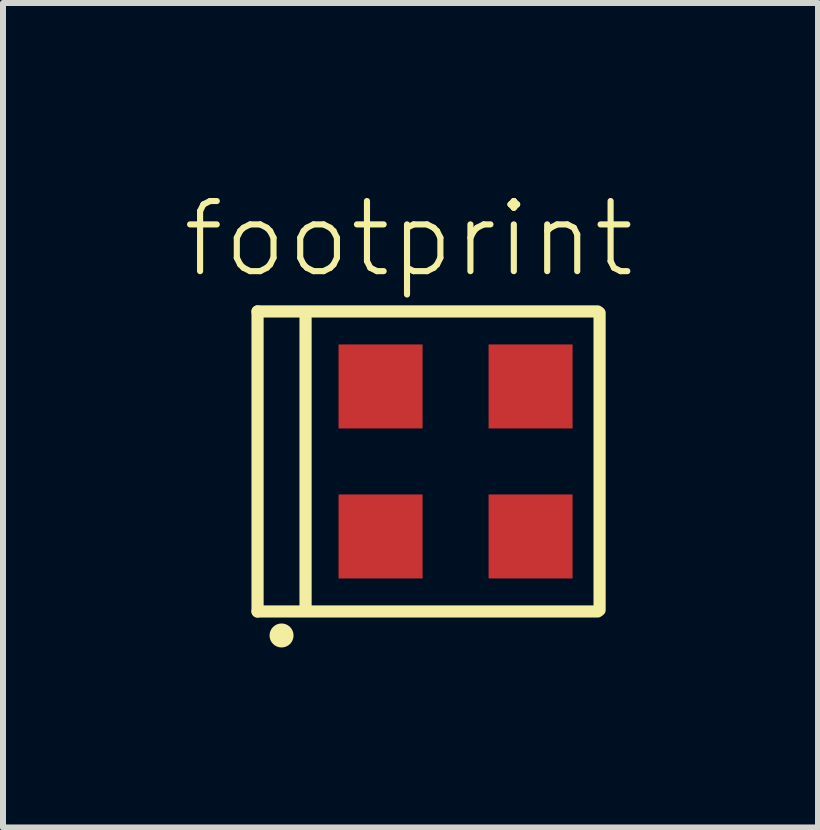
<source format=kicad_pcb>
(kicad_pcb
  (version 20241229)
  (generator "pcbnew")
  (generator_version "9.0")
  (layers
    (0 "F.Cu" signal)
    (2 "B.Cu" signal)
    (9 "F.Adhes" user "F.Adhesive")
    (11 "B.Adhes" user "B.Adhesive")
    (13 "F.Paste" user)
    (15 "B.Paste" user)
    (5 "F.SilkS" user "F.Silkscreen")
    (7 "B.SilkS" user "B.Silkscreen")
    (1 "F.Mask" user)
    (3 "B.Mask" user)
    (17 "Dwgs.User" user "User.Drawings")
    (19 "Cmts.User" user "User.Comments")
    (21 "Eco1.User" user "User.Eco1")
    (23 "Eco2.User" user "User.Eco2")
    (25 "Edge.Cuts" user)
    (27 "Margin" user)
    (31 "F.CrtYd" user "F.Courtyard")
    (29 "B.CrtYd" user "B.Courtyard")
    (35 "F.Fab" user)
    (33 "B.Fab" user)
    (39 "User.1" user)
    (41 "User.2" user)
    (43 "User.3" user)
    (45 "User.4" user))
  (footprint "footprint"
    (layer "F.Cu")
    (at 4.542 4.64)
    (property "Reference" "footprint" (at 3.04 -4.39 0) (layer "F.SilkS") (effects (font (size 1.168 1.168) (thickness 0.102)) (justify right top)))
    (fp_line (start -3.3 -2.5) (end -3.3 2.5) (stroke (width 0.203) (type solid)) (layer "F.SilkS"))
    (fp_line (start -3.3 2.5) (end 2.368 2.5) (stroke (width 0.203) (type solid)) (layer "F.SilkS"))
    (fp_line (start -2.5 -2.476) (end -2.5 2.476) (stroke (width 0.203) (type solid)) (layer "F.SilkS"))
    (fp_line (start 2.368 -2.5) (end -3.3 -2.5) (stroke (width 0.203) (type solid)) (layer "F.SilkS"))
    (fp_line (start 2.4 2.476) (end 2.4 -2.476) (stroke (width 0.203) (type solid)) (layer "F.SilkS"))
    (fp_circle (center -2.9 2.9) (end -2.8 2.9) (stroke (width 0.2) (type solid)) (fill yes) (layer "F.SilkS"))
    (pad "1" smd rect (at -1.25 1.25 90) (size 1.4 1.4) (layers "F.Cu" "F.Mask" "F.Paste"))
    (pad "2" smd rect (at 1.25 1.25 90) (size 1.4 1.4) (layers "F.Cu" "F.Mask" "F.Paste"))
    (pad "3" smd rect (at 1.25 -1.25 270) (size 1.4 1.4) (layers "F.Cu" "F.Mask" "F.Paste"))
    (pad "4" smd rect (at -1.25 -1.25 270) (size 1.4 1.4) (layers "F.Cu" "F.Mask" "F.Paste")))
  (gr_rect
    (start -3 -3)
    (end 10.582 10.74)
    (stroke (width 0.1) (type default))
    (fill no)
    (layer "Edge.Cuts")))
</source>
